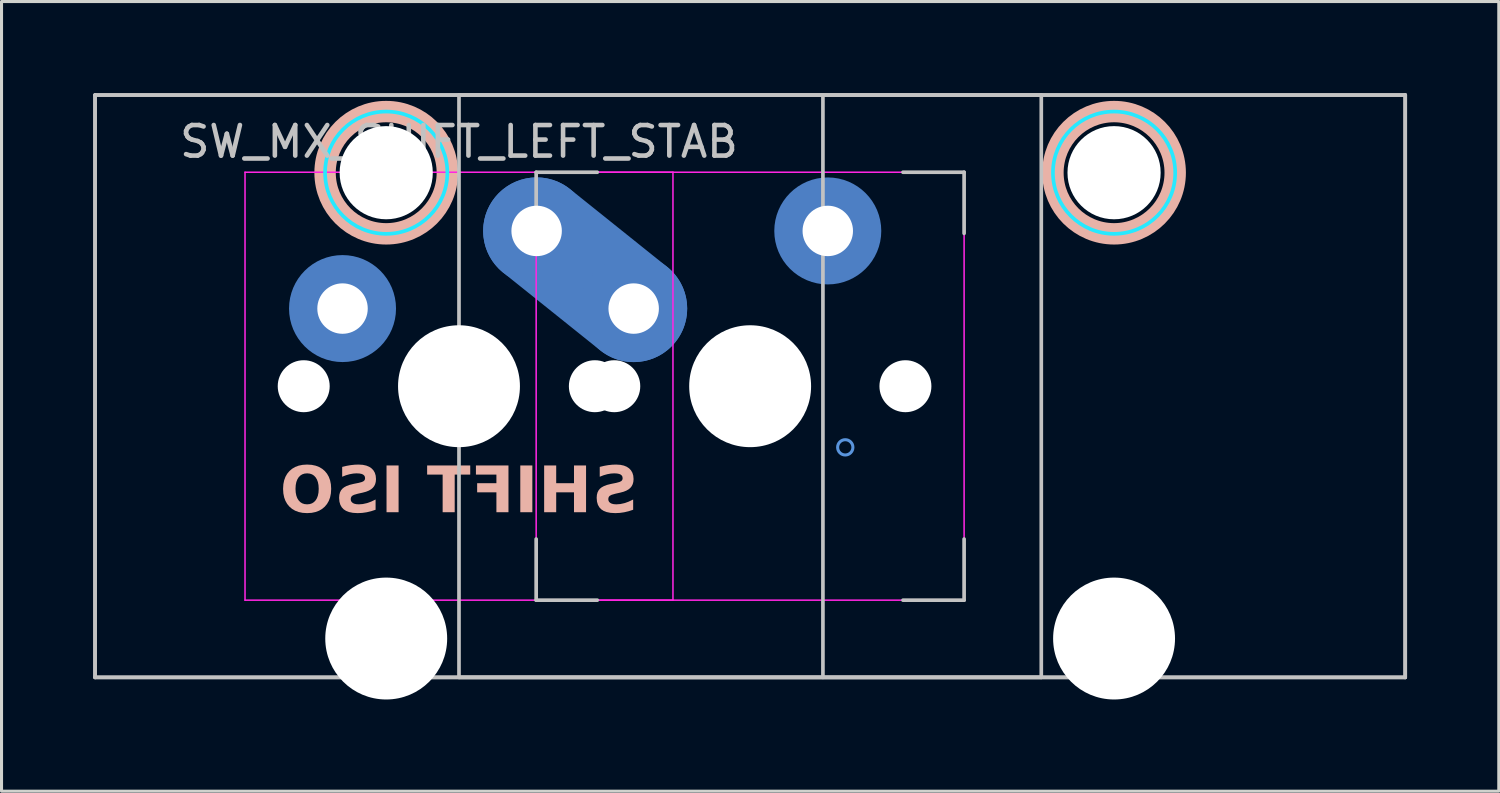
<source format=kicad_pcb>
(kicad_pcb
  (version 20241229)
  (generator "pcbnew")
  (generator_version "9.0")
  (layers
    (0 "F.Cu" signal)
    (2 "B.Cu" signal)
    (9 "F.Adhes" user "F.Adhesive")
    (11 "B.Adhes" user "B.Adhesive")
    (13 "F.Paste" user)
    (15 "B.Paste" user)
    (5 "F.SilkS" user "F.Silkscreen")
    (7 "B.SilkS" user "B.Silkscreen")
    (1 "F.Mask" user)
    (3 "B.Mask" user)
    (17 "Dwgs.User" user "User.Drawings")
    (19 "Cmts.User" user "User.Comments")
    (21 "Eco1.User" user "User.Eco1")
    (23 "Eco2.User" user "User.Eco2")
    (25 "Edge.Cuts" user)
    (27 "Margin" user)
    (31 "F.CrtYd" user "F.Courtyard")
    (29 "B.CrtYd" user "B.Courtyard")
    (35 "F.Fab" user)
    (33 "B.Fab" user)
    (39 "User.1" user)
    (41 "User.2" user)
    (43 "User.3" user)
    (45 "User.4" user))
  (footprint "SW_MX_SHIFT_LEFT_STAB"
    (layer "F.Cu")
    (at 11.966 9.585)
    (property "Reference" "SW_MX_SHIFT_LEFT_STAB" (at 0 -8 0) (layer "Dwgs.User") (effects (font (size 1 1) (thickness 0.15))))
    (attr through_hole exclude_from_pos_files exclude_from_bom)
    (fp_circle (center -2.381 -6.985) (end -0.381 -6.985) (stroke (width 0.7) (type solid)) (fill no) (layer "B.SilkS"))
    (fp_circle (center 21.431 -6.985) (end 23.431 -6.985) (stroke (width 0.7) (type solid)) (fill no) (layer "B.SilkS"))
    (fp_line (start -11.906 -9.525) (end -11.906 9.525) (stroke (width 0.12) (type solid)) (layer "Dwgs.User"))
    (fp_line (start -11.906 -9.525) (end -11.906 9.525) (stroke (width 0.12) (type solid)) (layer "Dwgs.User"))
    (fp_line (start -11.906 -9.525) (end 30.956 -9.525) (stroke (width 0.12) (type solid)) (layer "Dwgs.User"))
    (fp_line (start -11.906 -9.525) (end 30.956 -9.525) (stroke (width 0.12) (type solid)) (layer "Dwgs.User"))
    (fp_line (start -11.906 9.525) (end 30.956 9.525) (stroke (width 0.12) (type solid)) (layer "Dwgs.User"))
    (fp_line (start -11.906 9.525) (end 30.956 9.525) (stroke (width 0.12) (type solid)) (layer "Dwgs.User"))
    (fp_line (start 0 9.525) (end 0 -9.525) (stroke (width 0.12) (type solid)) (layer "Dwgs.User"))
    (fp_line (start 0 9.525) (end 19.05 9.525) (stroke (width 0.12) (type solid)) (layer "Dwgs.User"))
    (fp_line (start 2.525 -7) (end 4.525 -7) (stroke (width 0.12) (type solid)) (layer "Dwgs.User"))
    (fp_line (start 2.525 -5) (end 2.525 -7) (stroke (width 0.12) (type solid)) (layer "Dwgs.User"))
    (fp_line (start 2.525 7) (end 2.525 5) (stroke (width 0.12) (type solid)) (layer "Dwgs.User"))
    (fp_line (start 4.525 7) (end 2.525 7) (stroke (width 0.12) (type solid)) (layer "Dwgs.User"))
    (fp_line (start 11.906 -9.525) (end 11.906 9.525) (stroke (width 0.12) (type solid)) (layer "Dwgs.User"))
    (fp_line (start 14.525 -7) (end 16.525 -7) (stroke (width 0.12) (type solid)) (layer "Dwgs.User"))
    (fp_line (start 14.525 7) (end 16.525 7) (stroke (width 0.12) (type solid)) (layer "Dwgs.User"))
    (fp_line (start 16.525 -7) (end 16.525 -5) (stroke (width 0.12) (type solid)) (layer "Dwgs.User"))
    (fp_line (start 16.525 7) (end 16.525 5) (stroke (width 0.12) (type solid)) (layer "Dwgs.User"))
    (fp_line (start 19.05 -9.525) (end 0 -9.525) (stroke (width 0.12) (type solid)) (layer "Dwgs.User"))
    (fp_line (start 19.05 9.525) (end 19.05 -9.525) (stroke (width 0.12) (type solid)) (layer "Dwgs.User"))
    (fp_line (start 30.956 -9.525) (end 30.956 9.525) (stroke (width 0.12) (type solid)) (layer "Dwgs.User"))
    (fp_line (start 30.956 -9.525) (end 30.956 9.525) (stroke (width 0.12) (type solid)) (layer "Dwgs.User"))
    (fp_circle (center 12.637 2) (end 12.637 1.75) (stroke (width 0.1) (type default)) (fill no) (layer "Cmts.User"))
    (fp_line (start -7 6.5) (end -7 -6.5) (stroke (width 0.05) (type solid)) (layer "Eco2.User"))
    (fp_line (start -6.5 -7) (end 6.5 -7) (stroke (width 0.05) (type solid)) (layer "Eco2.User"))
    (fp_line (start -5.756 -5.5) (end -5.756 7.5) (stroke (width 0.05) (type solid)) (layer "Eco2.User"))
    (fp_line (start -5.256 -6) (end 0.494 -6) (stroke (width 0.05) (type solid)) (layer "Eco2.User"))
    (fp_line (start -5.256 8) (end 0.494 8) (stroke (width 0.05) (type solid)) (layer "Eco2.User"))
    (fp_line (start 0.994 -5.5) (end 0.994 7.5) (stroke (width 0.05) (type solid)) (layer "Eco2.User"))
    (fp_line (start 2.525 6.5) (end 2.525 -6.5) (stroke (width 0.05) (type solid)) (layer "Eco2.User"))
    (fp_line (start 3.025 -7) (end 16.025 -7) (stroke (width 0.05) (type solid)) (layer "Eco2.User"))
    (fp_line (start 6.5 7) (end -6.5 7) (stroke (width 0.05) (type solid)) (layer "Eco2.User"))
    (fp_line (start 7 -6.5) (end 7 6.5) (stroke (width 0.05) (type solid)) (layer "Eco2.User"))
    (fp_line (start 16.025 7) (end 3.025 7) (stroke (width 0.05) (type solid)) (layer "Eco2.User"))
    (fp_line (start 16.525 -6.5) (end 16.525 6.5) (stroke (width 0.05) (type solid)) (layer "Eco2.User"))
    (fp_line (start 18.056 -5.5) (end 18.056 7.5) (stroke (width 0.05) (type solid)) (layer "Eco2.User"))
    (fp_line (start 18.556 -6) (end 24.305 -6) (stroke (width 0.05) (type solid)) (layer "Eco2.User"))
    (fp_line (start 18.556 8) (end 24.306 8) (stroke (width 0.05) (type solid)) (layer "Eco2.User"))
    (fp_line (start 24.805 -5.5) (end 24.806 7.5) (stroke (width 0.05) (type solid)) (layer "Eco2.User"))
    (fp_arc (start -7 -6.5) (mid -6.853553 -6.853553) (end -6.5 -7) (stroke (width 0.05) (type solid)) (layer "Eco2.User"))
    (fp_arc (start -6.5 7) (mid -6.853553 6.853553) (end -7 6.5) (stroke (width 0.05) (type solid)) (layer "Eco2.User"))
    (fp_arc (start -5.75625 -5.499999) (mid -5.609803 -5.853552) (end -5.25625 -5.999999) (stroke (width 0.05) (type solid)) (layer "Eco2.User"))
    (fp_arc (start -5.25625 8.000001) (mid -5.609803 7.853554) (end -5.75625 7.500001) (stroke (width 0.05) (type solid)) (layer "Eco2.User"))
    (fp_arc (start 0.49375 -5.999999) (mid 0.847303 -5.853552) (end 0.99375 -5.499999) (stroke (width 0.05) (type solid)) (layer "Eco2.User"))
    (fp_arc (start 0.99375 7.500001) (mid 0.847303 7.853554) (end 0.49375 8.000001) (stroke (width 0.05) (type solid)) (layer "Eco2.User"))
    (fp_arc (start 2.525 -6.5) (mid 2.671444 -6.853571) (end 3.025 -7) (stroke (width 0.05) (type solid)) (layer "Eco2.User"))
    (fp_arc (start 3.025 7) (mid 2.671479 6.853536) (end 2.525 6.5) (stroke (width 0.05) (type solid)) (layer "Eco2.User"))
    (fp_arc (start 6.5 -7) (mid 6.853553 -6.853553) (end 7 -6.5) (stroke (width 0.05) (type solid)) (layer "Eco2.User"))
    (fp_arc (start 6.997236 6.498884) (mid 6.850789 6.852437) (end 6.497236 6.998884) (stroke (width 0.05) (type solid)) (layer "Eco2.User"))
    (fp_arc (start 16.025 -7) (mid 16.378521 -6.853536) (end 16.525 -6.5) (stroke (width 0.05) (type solid)) (layer "Eco2.User"))
    (fp_arc (start 16.522236 6.498884) (mid 16.375794 6.852443) (end 16.022236 6.998884) (stroke (width 0.05) (type solid)) (layer "Eco2.User"))
    (fp_arc (start 18.05625 -5.499999) (mid 18.202685 -5.853564) (end 18.55625 -5.999999) (stroke (width 0.05) (type solid)) (layer "Eco2.User"))
    (fp_arc (start 18.55625 8.000001) (mid 18.202722 7.853529) (end 18.05625 7.500001) (stroke (width 0.05) (type solid)) (layer "Eco2.User"))
    (fp_arc (start 24.305039 -5.999999) (mid 24.658573 -5.853533) (end 24.805039 -5.499999) (stroke (width 0.05) (type solid)) (layer "Eco2.User"))
    (fp_arc (start 24.80625 7.500001) (mid 24.659813 7.853564) (end 24.30625 8.000001) (stroke (width 0.05) (type solid)) (layer "Eco2.User"))
    (fp_circle (center -2.381 -6.985) (end -0.381 -6.985) (stroke (width 0.12) (type solid)) (fill no) (layer "B.CrtYd"))
    (fp_circle (center 21.431 -6.985) (end 23.431 -6.985) (stroke (width 0.12) (type solid)) (fill no) (layer "B.CrtYd"))
    (fp_line (start -7 -7) (end -7 7) (stroke (width 0.05) (type solid)) (layer "F.CrtYd"))
    (fp_line (start -7 7) (end 7 7) (stroke (width 0.05) (type solid)) (layer "F.CrtYd"))
    (fp_line (start 2.525 -7) (end 2.525 7) (stroke (width 0.05) (type solid)) (layer "F.CrtYd"))
    (fp_line (start 2.525 7) (end 16.525 7) (stroke (width 0.05) (type solid)) (layer "F.CrtYd"))
    (fp_line (start 7 -7) (end -7 -7) (stroke (width 0.05) (type solid)) (layer "F.CrtYd"))
    (fp_line (start 7 7) (end 7 -7) (stroke (width 0.05) (type solid)) (layer "F.CrtYd"))
    (fp_line (start 16.525 -7) (end 2.525 -7) (stroke (width 0.05) (type solid)) (layer "F.CrtYd"))
    (fp_line (start 16.525 7) (end 16.525 -7) (stroke (width 0.05) (type solid)) (layer "F.CrtYd"))
    (fp_text user "SHIFT ISO" (at 0 3.5 0) (unlocked yes) (layer "B.SilkS") (effects (font (face "Nicolas Cochin EF") (size 1.5 1.5) (thickness 0.24) (bold yes)) (justify mirror)))
    (pad "" np_thru_hole circle (at -5.08 0) (size 1.7 1.7) (drill 1.7) (layers "*.Cu" "*.Mask"))
    (pad "" np_thru_hole circle (at -2.381 -6.985) (size 3.048 3.048) (drill 3.048) (layers "*.Cu" "*.Mask"))
    (pad "" np_thru_hole circle (at -2.381 8.255) (size 3.988 3.988) (drill 3.988) (layers "*.Cu" "*.Mask"))
    (pad "" np_thru_hole circle (at 0 0) (size 3.988 3.988) (drill 3.988) (layers "*.Cu" "*.Mask"))
    (pad "" np_thru_hole circle (at 4.445 0) (size 1.7 1.7) (drill 1.7) (layers "*.Cu" "*.Mask"))
    (pad "" np_thru_hole circle (at 5.08 0) (size 1.7 1.7) (drill 1.7) (layers "*.Cu" "*.Mask"))
    (pad "" np_thru_hole circle (at 9.525 0) (size 3.988 3.988) (drill 3.988) (layers "*.Cu" "*.Mask"))
    (pad "" np_thru_hole circle (at 14.605 0) (size 1.7 1.7) (drill 1.7) (layers "*.Cu" "*.Mask"))
    (pad "" np_thru_hole circle (at 21.431 -6.985) (size 3.048 3.048) (drill 3.048) (layers "*.Cu" "*.Mask"))
    (pad "" np_thru_hole circle (at 21.431 8.255) (size 3.988 3.988) (drill 3.988) (layers "*.Cu" "*.Mask"))
    (pad "1" thru_hole circle (at -3.81 -2.54) (size 2 2) (drill 1.65) (layers "*.Cu") (remove_unused_layers yes) (keep_end_layers yes) (zone_layer_connections))
    (pad "1" smd circle (at -3.81 -2.54) (size 2.5 2.5) (layers "B.Cu" "B.Mask"))
    (pad "1" smd circle (at -3.81 -2.54) (size 3.5 3.5) (layers "B.Cu"))
    (pad "1" thru_hole circle (at 12.065 -5.08) (size 2 2) (drill 1.65) (layers "*.Cu") (remove_unused_layers yes) (keep_end_layers yes) (zone_layer_connections))
    (pad "1" smd circle (at 12.065 -5.08) (size 2.5 2.5) (layers "B.Cu" "B.Mask"))
    (pad "1" smd circle (at 12.065 -5.08) (size 3.5 3.5) (layers "B.Cu"))
    (pad "2" thru_hole circle (at 2.54 -5.08) (size 2 2) (drill 1.65) (layers "*.Cu") (remove_unused_layers yes) (keep_end_layers yes) (zone_layer_connections))
    (pad "2" smd circle (at 2.54 -5.08) (size 2.5 2.5) (layers "B.Cu" "B.Mask"))
    (pad "2" smd circle (at 2.54 -5.08) (size 3.5 3.5) (layers "B.Cu"))
    (pad "2" smd oval (at 4.128 -3.81 321.3) (size 6.033 2) (layers "F.Cu"))
    (pad "2" smd oval (at 4.128 -3.81 321.3) (size 7.566 3.5) (layers "B.Cu"))
    (pad "2" thru_hole circle (at 5.715 -2.54) (size 2 2) (drill 1.65) (layers "*.Cu") (remove_unused_layers yes) (keep_end_layers yes) (zone_layer_connections))
    (pad "2" smd circle (at 5.715 -2.54) (size 2.5 2.5) (layers "B.Cu" "B.Mask"))
    (pad "2" smd circle (at 5.715 -2.54) (size 3.5 3.5) (layers "B.Cu")))
  (gr_rect
    (start -3 -3)
    (end 45.983 22.834)
    (stroke (width 0.1) (type default))
    (fill no)
    (layer "Edge.Cuts")))
</source>
